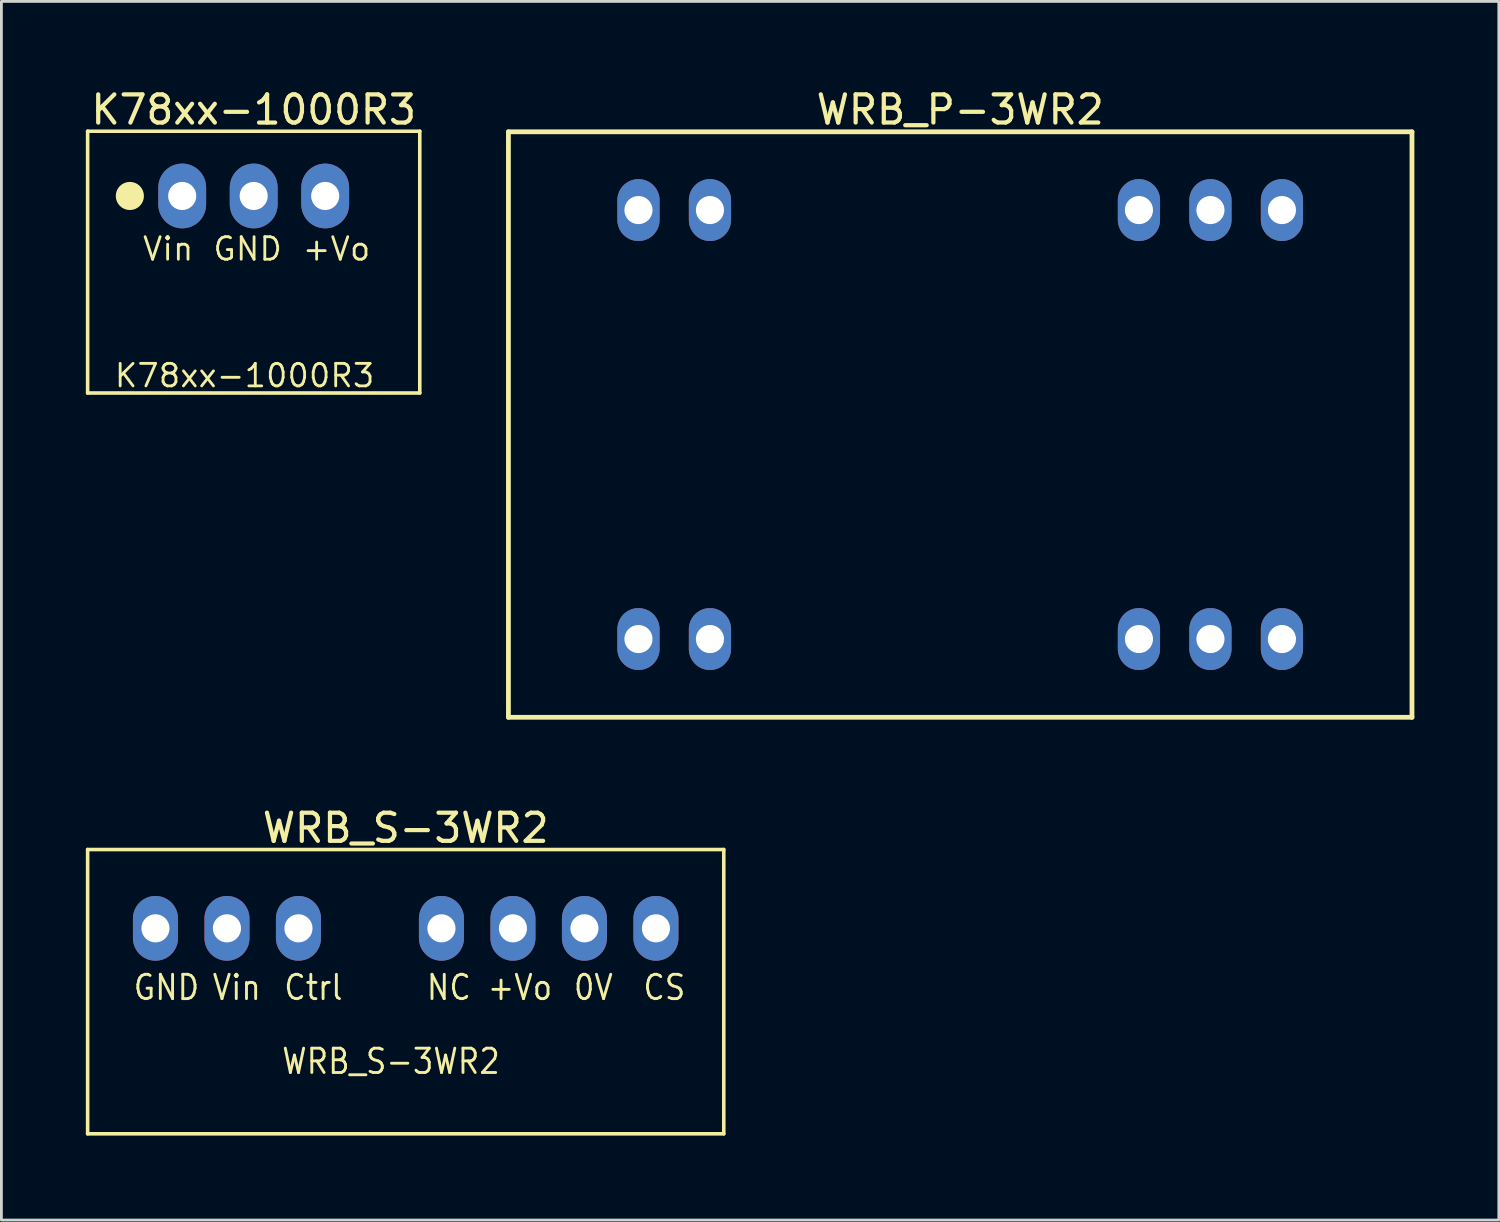
<source format=kicad_pcb>
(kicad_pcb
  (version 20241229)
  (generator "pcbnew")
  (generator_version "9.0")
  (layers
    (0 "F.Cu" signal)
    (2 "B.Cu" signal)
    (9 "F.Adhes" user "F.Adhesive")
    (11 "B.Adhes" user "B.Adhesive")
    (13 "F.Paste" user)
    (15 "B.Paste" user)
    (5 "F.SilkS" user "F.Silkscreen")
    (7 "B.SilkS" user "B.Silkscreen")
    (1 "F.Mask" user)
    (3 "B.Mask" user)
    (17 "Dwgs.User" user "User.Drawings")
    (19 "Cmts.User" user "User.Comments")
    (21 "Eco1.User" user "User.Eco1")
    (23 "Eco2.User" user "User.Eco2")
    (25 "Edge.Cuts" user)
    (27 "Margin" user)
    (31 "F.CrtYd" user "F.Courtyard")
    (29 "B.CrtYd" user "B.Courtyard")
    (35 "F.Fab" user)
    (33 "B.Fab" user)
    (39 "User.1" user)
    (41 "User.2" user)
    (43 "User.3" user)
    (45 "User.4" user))
  (footprint "WRB_P-3WR2"
    (layer "F.Cu")
    (at 29.792 11.451)
    (property "Reference" "WRB_P-3WR2" (at 1.27 -10.603 0) (layer "F.SilkS") (effects (font (size 1 1) (thickness 0.15))))
    (fp_line (start -14.78 -9.818) (end 17.32 -9.818) (stroke (width 0.17) (type solid)) (layer "F.SilkS"))
    (fp_line (start -14.78 10.982) (end -14.78 -9.818) (stroke (width 0.17) (type solid)) (layer "F.SilkS"))
    (fp_line (start -14.78 10.982) (end 17.32 10.982) (stroke (width 0.17) (type solid)) (layer "F.SilkS"))
    (fp_line (start 17.32 10.982) (end 17.32 -9.818) (stroke (width 0.17) (type solid)) (layer "F.SilkS"))
    (fp_text_box "" (start 13.462 -1.27) (end 13.462 -1.27) (margins 1.325 1.325 1.325 1.325) (angle 90) (layer "F.Cu") (effects (font (size 1.7 1.5) (thickness 0.2)) (justify left bottom)) (border yes) (stroke (width 0.1) (type default)))
    (fp_text_box "" (start 8.316 6.402) (end 8.316 6.402) (margins 1.325 1.325 1.325 1.325) (angle 90) (layer "F.Cu") (effects (font (size 1.7 1.5) (thickness 0.2)) (justify left bottom)) (border yes) (stroke (width 0.1) (type default)))
    (fp_text_box "" (start 11.049 -2.777) (end 11.049 -2.777) (margins 1.325 1.325 1.325 1.325) (angle 90) (layer "F.Cu") (effects (font (size 1.7 1.5) (thickness 0.2)) (justify left bottom)) (border yes) (stroke (width 0.1) (type default)))
    (fp_text_box "" (start 10.856 6.402) (end 10.856 6.402) (margins 1.325 1.325 1.325 1.325) (angle 90) (layer "F.Cu") (effects (font (size 1.7 1.5) (thickness 0.2)) (justify left bottom)) (border yes) (stroke (width 0.1) (type default)))
    (fp_text_box "" (start -6.924 6.402) (end -6.924 6.402) (margins 1.325 1.325 1.325 1.325) (angle 90) (layer "F.Cu") (effects (font (size 1.7 1.5) (thickness 0.2)) (justify left bottom)) (border yes) (stroke (width 0.1) (type default)))
    (fp_text_box "" (start -6.731 -2.591) (end -6.731 -2.591) (margins 1.325 1.325 1.325 1.325) (angle 90) (layer "F.Cu") (effects (font (size 1.7 1.5) (thickness 0.2)) (justify left bottom)) (border yes) (stroke (width 0.1) (type default)))
    (fp_text_box "" (start -6.909 0.882) (end -6.909 0.882) (margins 1.325 1.325 1.325 1.325) (layer "F.Cu") (effects (font (size 1.7 1.5) (thickness 0.2)) (justify left bottom)) (border yes) (stroke (width 0.1) (type default)))
    (fp_text_box "" (start 13.396 6.402) (end 13.396 6.402) (margins 1.325 1.325 1.325 1.325) (angle 90) (layer "F.Cu") (effects (font (size 1.7 1.5) (thickness 0.2)) (justify left bottom)) (border yes) (stroke (width 0.1) (type default)))
    (fp_text_box "" (start -9.464 6.402) (end -9.464 6.402) (margins 1.325 1.325 1.325 1.325) (angle 90) (layer "F.Cu") (effects (font (size 1.7 1.5) (thickness 0.2)) (justify left bottom)) (border yes) (stroke (width 0.1) (type default)))
    (fp_text_box "" (start -9.398 -2.591) (end -9.398 -2.591) (margins 1.325 1.325 1.325 1.325) (angle 90) (layer "F.Cu") (effects (font (size 1.7 1.5) (thickness 0.2)) (justify left bottom)) (border yes) (stroke (width 0.1) (type default)))
    (fp_text_box "" (start 8.255 -2.784) (end 8.255 -2.784) (margins 1.325 1.325 1.325 1.325) (angle 90) (layer "F.Cu") (effects (font (size 1.7 1.5) (thickness 0.2)) (justify left bottom)) (border yes) (stroke (width 0.1) (type default)))
    (pad "2" thru_hole oval (at -10.16 8.202 270) (size 2.2 1.5) (drill 1) (layers "*.Cu" "*.Mask"))
    (pad "3" thru_hole oval (at -7.62 8.202 270) (size 2.2 1.5) (drill 1) (layers "*.Cu" "*.Mask"))
    (pad "9" thru_hole oval (at 7.62 8.202 270) (size 2.2 1.5) (drill 1) (layers "*.Cu" "*.Mask"))
    (pad "10" thru_hole oval (at 10.16 8.202 270) (size 2.2 1.5) (drill 1) (layers "*.Cu" "*.Mask"))
    (pad "11" thru_hole oval (at 12.7 8.202 270) (size 2.2 1.5) (drill 1) (layers "*.Cu" "*.Mask"))
    (pad "14" thru_hole oval (at 12.7 -7.038 270) (size 2.2 1.5) (drill 1) (layers "*.Cu" "*.Mask"))
    (pad "15" thru_hole oval (at 10.16 -7.038 270) (size 2.2 1.5) (drill 1) (layers "*.Cu" "*.Mask"))
    (pad "16" thru_hole oval (at 7.62 -7.038 270) (size 2.2 1.5) (drill 1) (layers "*.Cu" "*.Mask"))
    (pad "22" thru_hole oval (at -7.62 -7.038 270) (size 2.2 1.5) (drill 1) (layers "*.Cu" "*.Mask"))
    (pad "23" thru_hole oval (at -10.16 -7.038 270) (size 2.2 1.5) (drill 1) (layers "*.Cu" "*.Mask")))
  (footprint "WRB_S-3WR2"
    (layer "F.Cu")
    (at 11.363 29.93)
    (property "Reference" "WRB_S-3WR2" (at 0.00001 -3.563 0) (layer "F.SilkS") (effects (font (size 1 1) (thickness 0.15))))
    (fp_line (start -11.3 -2.8) (end 11.3 -2.8) (stroke (width 0.127) (type solid)) (layer "F.SilkS"))
    (fp_line (start -11.3 7.3) (end -11.3 -2.8) (stroke (width 0.127) (type solid)) (layer "F.SilkS"))
    (fp_line (start -11.3 7.3) (end 11.3 7.3) (stroke (width 0.127) (type solid)) (layer "F.SilkS"))
    (fp_line (start 11.3 7.3) (end 11.3 -2.8) (stroke (width 0.127) (type solid)) (layer "F.SilkS"))
    (fp_text user "Ctrl" (at -4.381 2.608 0) (unlocked yes) (layer "F.SilkS") (effects (font (size 0.864 0.762) (thickness 0.102)) (justify left bottom)))
    (fp_text user "+Vo" (at 2.848 2.608 0) (unlocked yes) (layer "F.SilkS") (effects (font (size 0.864 0.762) (thickness 0.102)) (justify left bottom)))
    (fp_text user "0V" (at 5.911 2.608 0) (unlocked yes) (layer "F.SilkS") (effects (font (size 0.864 0.762) (thickness 0.102)) (justify left bottom)))
    (fp_text user "Vin" (at -6.921 2.608 0) (unlocked yes) (layer "F.SilkS") (effects (font (size 0.864 0.762) (thickness 0.102)) (justify left bottom)))
    (fp_text user "NC" (at 0.686 2.608 0) (unlocked yes) (layer "F.SilkS") (effects (font (size 0.864 0.762) (thickness 0.102)) (justify left bottom)))
    (fp_text user "WRB_S-3WR2" (at -4.455 5.232 0) (unlocked yes) (layer "F.SilkS") (effects (font (size 0.864 0.762) (thickness 0.102)) (justify left bottom)))
    (fp_text user "CS" (at 8.377 2.608 0) (unlocked yes) (layer "F.SilkS") (effects (font (size 0.864 0.762) (thickness 0.102)) (justify left bottom)))
    (fp_text user "GND" (at -9.728 2.608 0) (unlocked yes) (layer "F.SilkS") (effects (font (size 0.864 0.762) (thickness 0.102)) (justify left bottom)))
    (pad "1" thru_hole oval (at -8.89 0) (size 1.6 2.3) (drill 1) (layers "*.Cu" "*.Mask"))
    (pad "2" thru_hole oval (at -6.35 0) (size 1.6 2.3) (drill 1) (layers "*.Cu" "*.Mask"))
    (pad "3" thru_hole oval (at -3.81 0) (size 1.6 2.3) (drill 1) (layers "*.Cu" "*.Mask"))
    (pad "5" thru_hole oval (at 1.27 0) (size 1.6 2.3) (drill 1) (layers "*.Cu" "*.Mask"))
    (pad "6" thru_hole oval (at 3.81 0) (size 1.6 2.3) (drill 1) (layers "*.Cu" "*.Mask"))
    (pad "7" thru_hole oval (at 6.35 0) (size 1.6 2.3) (drill 1) (layers "*.Cu" "*.Mask"))
    (pad "8" thru_hole oval (at 8.89 0) (size 1.6 2.3) (drill 1) (layers "*.Cu" "*.Mask")))
  (footprint "K78xx-1000R3"
    (layer "F.Cu")
    (at 5.963 6.262)
    (property "Reference" "K78xx-1000R3" (at 0 -5.413 0) (layer "F.SilkS") (effects (font (size 1 1) (thickness 0.15))))
    (fp_line (start -5.9 -4.65) (end 5.9 -4.65) (stroke (width 0.127) (type solid)) (layer "F.SilkS"))
    (fp_line (start -5.9 4.65) (end -5.9 -4.65) (stroke (width 0.127) (type solid)) (layer "F.SilkS"))
    (fp_line (start -5.9 4.65) (end 5.9 4.65) (stroke (width 0.127) (type solid)) (layer "F.SilkS"))
    (fp_line (start 5.9 4.65) (end 5.9 -4.65) (stroke (width 0.127) (type solid)) (layer "F.SilkS"))
    (fp_circle (center -4.4 -2.35) (end -4.4 -2.6) (stroke (width 0.5) (type solid)) (fill no) (layer "F.SilkS"))
    (fp_text user "K78xx-1000R3" (at -5 4.5 0) (unlocked yes) (layer "F.SilkS") (effects (font (size 0.8 0.8) (thickness 0.1)) (justify left bottom)))
    (fp_text user "+Vo" (at 1.675 0 0) (unlocked yes) (layer "F.SilkS") (effects (font (size 0.8 0.8) (thickness 0.1)) (justify left bottom)))
    (fp_text user "Vin" (at -4 0 0) (unlocked yes) (layer "F.SilkS") (effects (font (size 0.8 0.8) (thickness 0.1)) (justify left bottom)))
    (fp_text user "GND" (at -1.5 0 0) (unlocked yes) (layer "F.SilkS") (effects (font (size 0.8 0.8) (thickness 0.1)) (justify left bottom)))
    (pad "1" thru_hole oval (at -2.54 -2.35) (size 1.7 2.3) (drill 1) (layers "*.Cu" "*.Mask"))
    (pad "2" thru_hole oval (at 0 -2.35) (size 1.7 2.3) (drill 1) (layers "*.Cu" "*.Mask"))
    (pad "3" thru_hole oval (at 2.54 -2.35) (size 1.7 2.3) (drill 1) (layers "*.Cu" "*.Mask")))
  (gr_rect
    (start -3 -3)
    (end 50.197 40.294)
    (stroke (width 0.1) (type default))
    (fill no)
    (layer "Edge.Cuts")))
</source>
